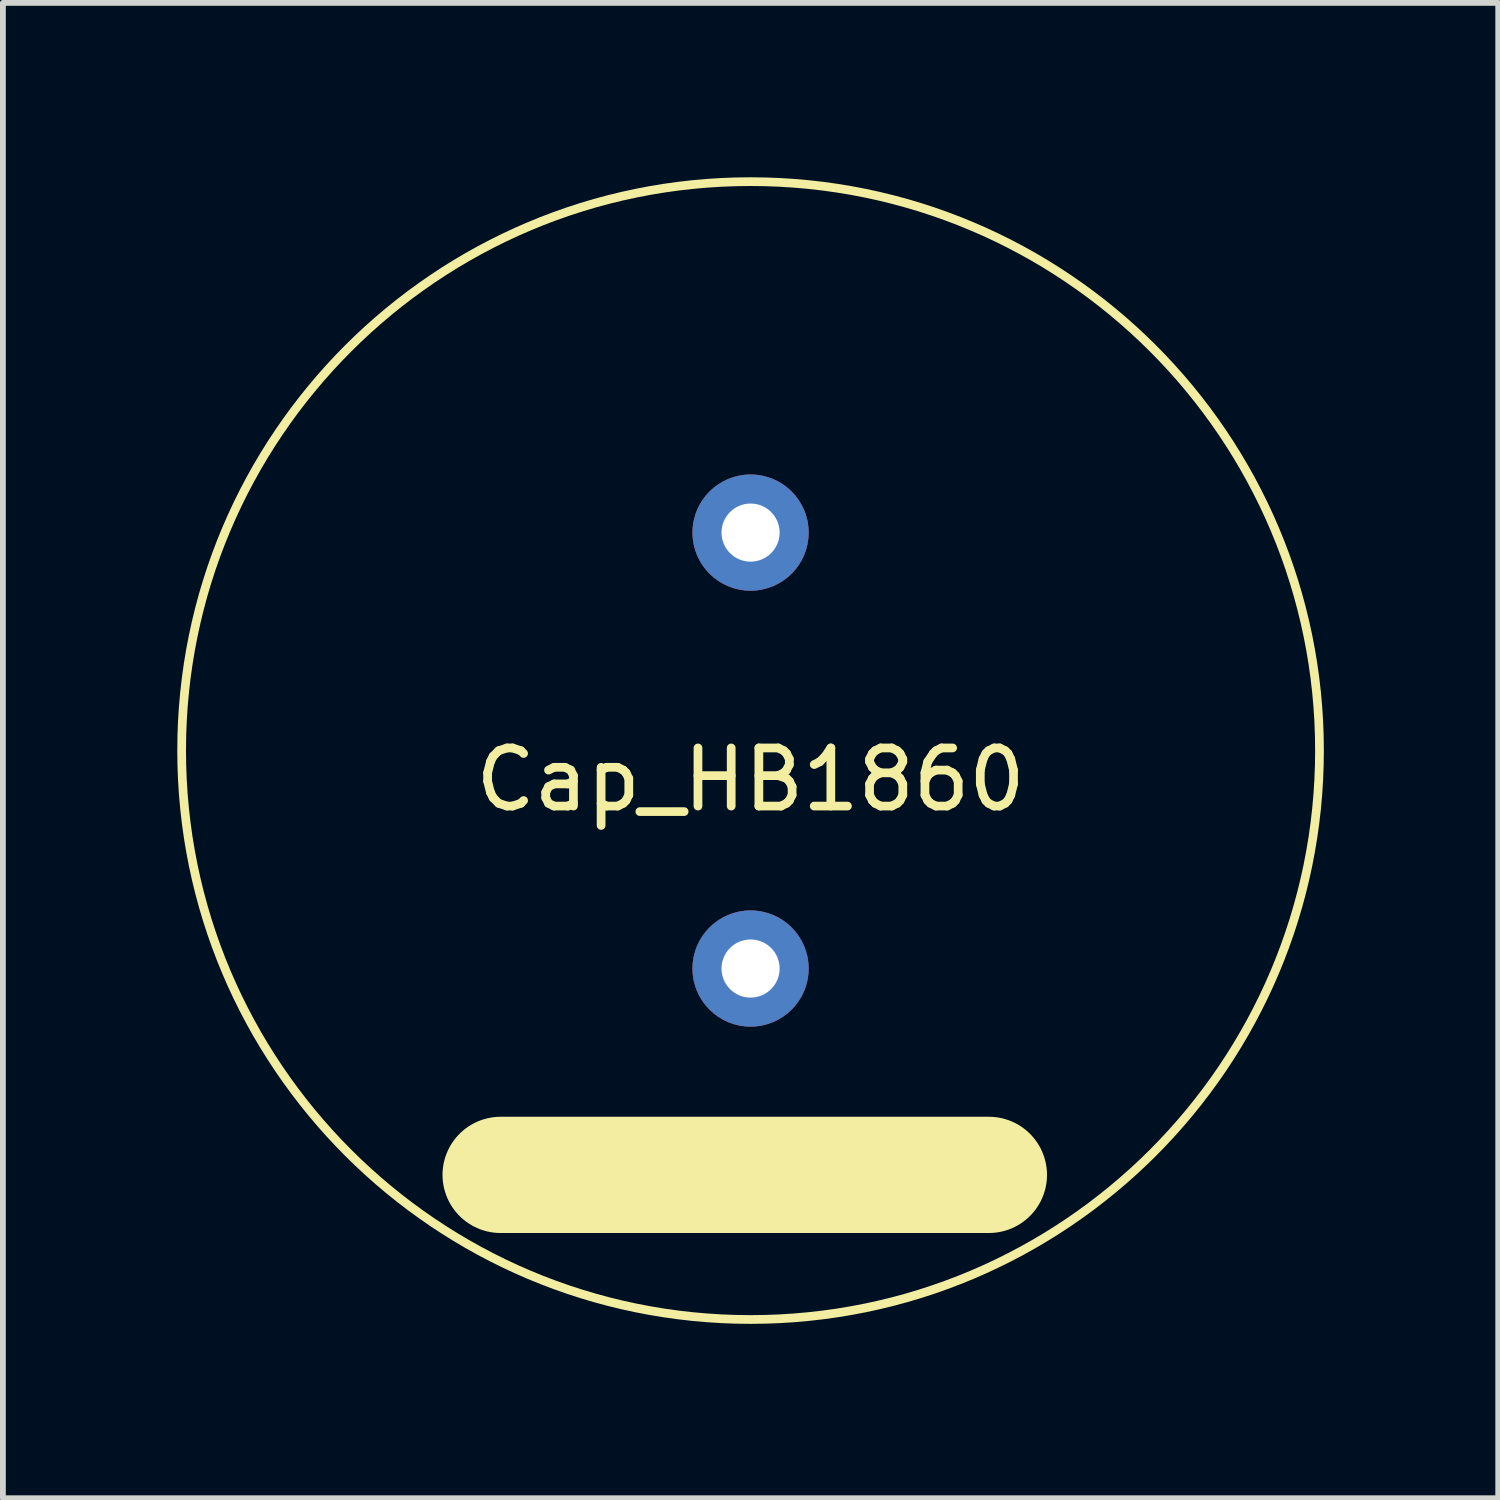
<source format=kicad_pcb>
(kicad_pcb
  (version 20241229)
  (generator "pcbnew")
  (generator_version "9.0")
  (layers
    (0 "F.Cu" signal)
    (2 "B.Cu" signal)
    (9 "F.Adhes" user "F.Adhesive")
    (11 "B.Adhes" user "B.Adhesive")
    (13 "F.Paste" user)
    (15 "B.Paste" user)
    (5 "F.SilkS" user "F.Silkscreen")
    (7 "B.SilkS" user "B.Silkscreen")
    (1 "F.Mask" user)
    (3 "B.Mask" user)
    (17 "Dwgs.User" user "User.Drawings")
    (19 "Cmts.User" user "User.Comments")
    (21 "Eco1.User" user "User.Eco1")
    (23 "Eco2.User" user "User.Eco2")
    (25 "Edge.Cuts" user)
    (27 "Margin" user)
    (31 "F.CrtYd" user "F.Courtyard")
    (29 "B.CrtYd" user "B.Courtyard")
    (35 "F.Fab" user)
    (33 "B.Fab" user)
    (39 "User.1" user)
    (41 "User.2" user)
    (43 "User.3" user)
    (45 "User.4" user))
  (footprint "Cap_HB1860"
    (layer "F.Cu")
    (at 9.863 9.863)
    (property "Reference" "Cap_HB1860" (at 0 0.5 0) (layer "F.SilkS") (effects (font (size 1 1) (thickness 0.15))))
    (attr through_hole)
    (fp_line (start -4.3 7.3) (end 4.1 7.3) (stroke (width 2) (type solid)) (layer "F.SilkS"))
    (fp_circle (center 0 0) (end 9.25 3.2) (stroke (width 0.15) (type solid)) (fill no) (layer "F.SilkS"))
    (pad "1" thru_hole circle (at 0 3.75) (size 2 2) (drill 1) (layers "*.Cu" "*.Mask"))
    (pad "2" thru_hole circle (at 0 -3.75) (size 2 2) (drill 1) (layers "*.Cu" "*.Mask")))
  (gr_rect
    (start -3 -3)
    (end 22.726 22.726)
    (stroke (width 0.1) (type default))
    (fill no)
    (layer "Edge.Cuts")))
</source>
